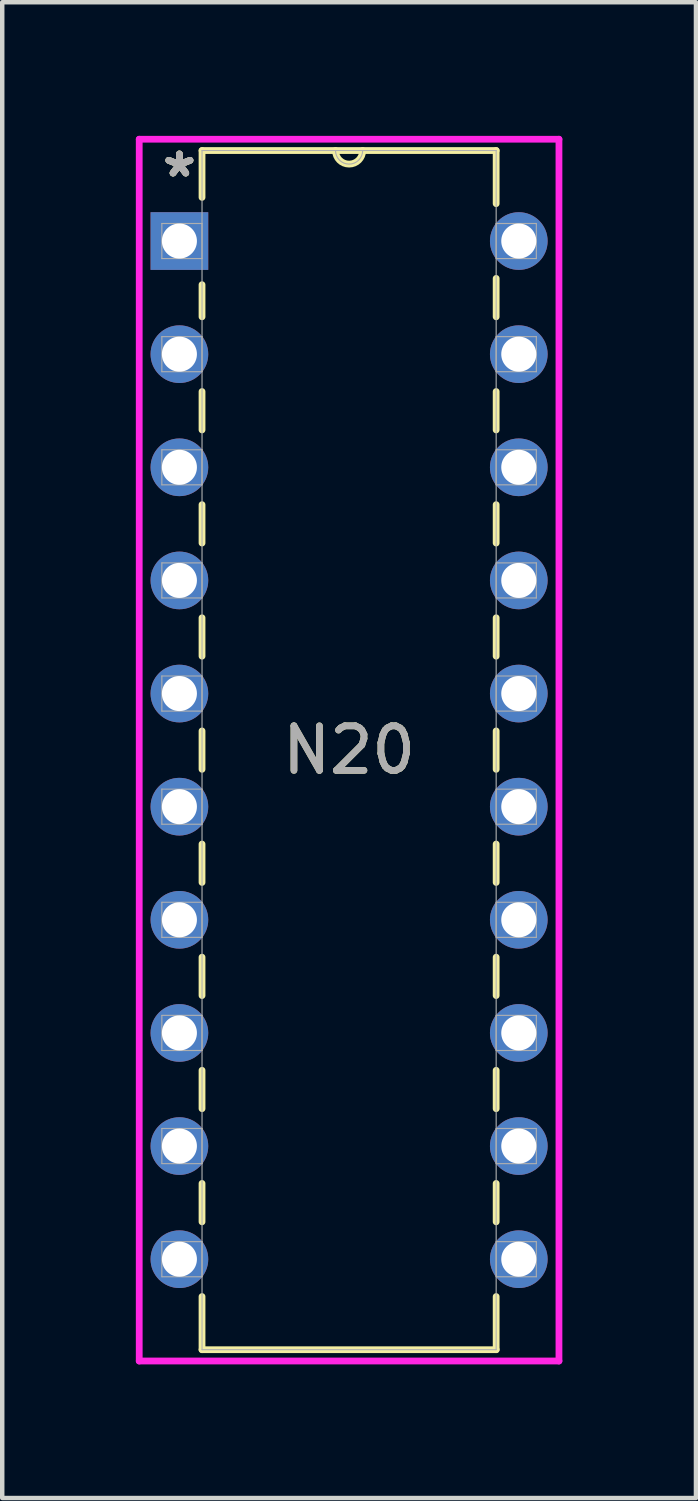
<source format=kicad_pcb>
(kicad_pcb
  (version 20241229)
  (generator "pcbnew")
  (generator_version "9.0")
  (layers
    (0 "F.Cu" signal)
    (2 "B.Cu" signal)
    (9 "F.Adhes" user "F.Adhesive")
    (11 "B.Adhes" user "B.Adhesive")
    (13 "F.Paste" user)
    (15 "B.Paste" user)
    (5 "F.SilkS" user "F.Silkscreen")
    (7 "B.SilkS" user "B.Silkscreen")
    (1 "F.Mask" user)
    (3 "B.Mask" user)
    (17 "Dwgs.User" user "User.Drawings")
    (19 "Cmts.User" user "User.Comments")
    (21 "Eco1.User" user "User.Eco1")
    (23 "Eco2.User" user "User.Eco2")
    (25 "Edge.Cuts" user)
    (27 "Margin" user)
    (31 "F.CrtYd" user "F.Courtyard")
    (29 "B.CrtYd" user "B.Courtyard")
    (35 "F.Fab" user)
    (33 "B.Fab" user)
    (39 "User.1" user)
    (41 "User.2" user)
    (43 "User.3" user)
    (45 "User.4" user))
  (footprint "N20"
    (layer "F.Cu")
    (at 8.598 25.222)
    (property "Reference" "N20" (at -3.81 -11.43 0) (unlocked yes) (layer "F.SilkS") (effects (font (size 1 1) (thickness 0.15))))
    (attr through_hole)
    (fp_line (start -7.112 -24.892) (end -7.112 -23.84) (stroke (width 0.152) (type solid)) (layer "F.SilkS"))
    (fp_line (start -7.112 -21.88) (end -7.112 -21.159) (stroke (width 0.152) (type solid)) (layer "F.SilkS"))
    (fp_line (start -7.112 -19.481) (end -7.112 -18.619) (stroke (width 0.152) (type solid)) (layer "F.SilkS"))
    (fp_line (start -7.112 -16.941) (end -7.112 -16.079) (stroke (width 0.152) (type solid)) (layer "F.SilkS"))
    (fp_line (start -7.112 -14.401) (end -7.112 -13.539) (stroke (width 0.152) (type solid)) (layer "F.SilkS"))
    (fp_line (start -7.112 -11.861) (end -7.112 -10.999) (stroke (width 0.152) (type solid)) (layer "F.SilkS"))
    (fp_line (start -7.112 -9.321) (end -7.112 -8.459) (stroke (width 0.152) (type solid)) (layer "F.SilkS"))
    (fp_line (start -7.112 -6.781) (end -7.112 -5.919) (stroke (width 0.152) (type solid)) (layer "F.SilkS"))
    (fp_line (start -7.112 -4.241) (end -7.112 -3.379) (stroke (width 0.152) (type solid)) (layer "F.SilkS"))
    (fp_line (start -7.112 -1.701) (end -7.112 -0.839) (stroke (width 0.152) (type solid)) (layer "F.SilkS"))
    (fp_line (start -7.112 0.839) (end -7.112 2.032) (stroke (width 0.152) (type solid)) (layer "F.SilkS"))
    (fp_line (start -7.112 2.032) (end -0.508 2.032) (stroke (width 0.152) (type solid)) (layer "F.SilkS"))
    (fp_line (start -0.508 -24.892) (end -7.112 -24.892) (stroke (width 0.152) (type solid)) (layer "F.SilkS"))
    (fp_line (start -0.508 -23.699) (end -0.508 -24.892) (stroke (width 0.152) (type solid)) (layer "F.SilkS"))
    (fp_line (start -0.508 -21.159) (end -0.508 -22.021) (stroke (width 0.152) (type solid)) (layer "F.SilkS"))
    (fp_line (start -0.508 -18.619) (end -0.508 -19.481) (stroke (width 0.152) (type solid)) (layer "F.SilkS"))
    (fp_line (start -0.508 -16.079) (end -0.508 -16.941) (stroke (width 0.152) (type solid)) (layer "F.SilkS"))
    (fp_line (start -0.508 -13.539) (end -0.508 -14.401) (stroke (width 0.152) (type solid)) (layer "F.SilkS"))
    (fp_line (start -0.508 -10.999) (end -0.508 -11.861) (stroke (width 0.152) (type solid)) (layer "F.SilkS"))
    (fp_line (start -0.508 -8.459) (end -0.508 -9.321) (stroke (width 0.152) (type solid)) (layer "F.SilkS"))
    (fp_line (start -0.508 -5.919) (end -0.508 -6.781) (stroke (width 0.152) (type solid)) (layer "F.SilkS"))
    (fp_line (start -0.508 -3.379) (end -0.508 -4.241) (stroke (width 0.152) (type solid)) (layer "F.SilkS"))
    (fp_line (start -0.508 -0.839) (end -0.508 -1.701) (stroke (width 0.152) (type solid)) (layer "F.SilkS"))
    (fp_line (start -0.508 2.032) (end -0.508 0.839) (stroke (width 0.152) (type solid)) (layer "F.SilkS"))
    (fp_arc (start -3.5052 -24.892) (mid -3.81 -24.5872) (end -4.1148 -24.892) (stroke (width 0.1524) (type solid)) (layer "F.SilkS"))
    (fp_line (start -8.522 -25.146) (end -8.522 2.286) (stroke (width 0.152) (type solid)) (layer "F.CrtYd"))
    (fp_line (start -8.522 2.286) (end 0.902 2.286) (stroke (width 0.152) (type solid)) (layer "F.CrtYd"))
    (fp_line (start 0.902 -25.146) (end -8.522 -25.146) (stroke (width 0.152) (type solid)) (layer "F.CrtYd"))
    (fp_line (start 0.902 2.286) (end 0.902 -25.146) (stroke (width 0.152) (type solid)) (layer "F.CrtYd"))
    (fp_line (start -8.014 -23.254) (end -8.014 -22.466) (stroke (width 0.025) (type solid)) (layer "F.Fab"))
    (fp_line (start -8.014 -22.466) (end -7.112 -22.466) (stroke (width 0.025) (type solid)) (layer "F.Fab"))
    (fp_line (start -8.014 -20.714) (end -8.014 -19.926) (stroke (width 0.025) (type solid)) (layer "F.Fab"))
    (fp_line (start -8.014 -19.926) (end -7.112 -19.926) (stroke (width 0.025) (type solid)) (layer "F.Fab"))
    (fp_line (start -8.014 -18.174) (end -8.014 -17.386) (stroke (width 0.025) (type solid)) (layer "F.Fab"))
    (fp_line (start -8.014 -17.386) (end -7.112 -17.386) (stroke (width 0.025) (type solid)) (layer "F.Fab"))
    (fp_line (start -8.014 -15.634) (end -8.014 -14.846) (stroke (width 0.025) (type solid)) (layer "F.Fab"))
    (fp_line (start -8.014 -14.846) (end -7.112 -14.846) (stroke (width 0.025) (type solid)) (layer "F.Fab"))
    (fp_line (start -8.014 -13.094) (end -8.014 -12.306) (stroke (width 0.025) (type solid)) (layer "F.Fab"))
    (fp_line (start -8.014 -12.306) (end -7.112 -12.306) (stroke (width 0.025) (type solid)) (layer "F.Fab"))
    (fp_line (start -8.014 -10.554) (end -8.014 -9.766) (stroke (width 0.025) (type solid)) (layer "F.Fab"))
    (fp_line (start -8.014 -9.766) (end -7.112 -9.766) (stroke (width 0.025) (type solid)) (layer "F.Fab"))
    (fp_line (start -8.014 -8.014) (end -8.014 -7.226) (stroke (width 0.025) (type solid)) (layer "F.Fab"))
    (fp_line (start -8.014 -7.226) (end -7.112 -7.226) (stroke (width 0.025) (type solid)) (layer "F.Fab"))
    (fp_line (start -8.014 -5.474) (end -8.014 -4.686) (stroke (width 0.025) (type solid)) (layer "F.Fab"))
    (fp_line (start -8.014 -4.686) (end -7.112 -4.686) (stroke (width 0.025) (type solid)) (layer "F.Fab"))
    (fp_line (start -8.014 -2.934) (end -8.014 -2.146) (stroke (width 0.025) (type solid)) (layer "F.Fab"))
    (fp_line (start -8.014 -2.146) (end -7.112 -2.146) (stroke (width 0.025) (type solid)) (layer "F.Fab"))
    (fp_line (start -8.014 -0.394) (end -8.014 0.394) (stroke (width 0.025) (type solid)) (layer "F.Fab"))
    (fp_line (start -8.014 0.394) (end -7.112 0.394) (stroke (width 0.025) (type solid)) (layer "F.Fab"))
    (fp_line (start -7.112 -24.892) (end -7.112 2.032) (stroke (width 0.025) (type solid)) (layer "F.Fab"))
    (fp_line (start -7.112 -23.254) (end -8.014 -23.254) (stroke (width 0.025) (type solid)) (layer "F.Fab"))
    (fp_line (start -7.112 -22.466) (end -7.112 -23.254) (stroke (width 0.025) (type solid)) (layer "F.Fab"))
    (fp_line (start -7.112 -20.714) (end -8.014 -20.714) (stroke (width 0.025) (type solid)) (layer "F.Fab"))
    (fp_line (start -7.112 -19.926) (end -7.112 -20.714) (stroke (width 0.025) (type solid)) (layer "F.Fab"))
    (fp_line (start -7.112 -18.174) (end -8.014 -18.174) (stroke (width 0.025) (type solid)) (layer "F.Fab"))
    (fp_line (start -7.112 -17.386) (end -7.112 -18.174) (stroke (width 0.025) (type solid)) (layer "F.Fab"))
    (fp_line (start -7.112 -15.634) (end -8.014 -15.634) (stroke (width 0.025) (type solid)) (layer "F.Fab"))
    (fp_line (start -7.112 -14.846) (end -7.112 -15.634) (stroke (width 0.025) (type solid)) (layer "F.Fab"))
    (fp_line (start -7.112 -13.094) (end -8.014 -13.094) (stroke (width 0.025) (type solid)) (layer "F.Fab"))
    (fp_line (start -7.112 -12.306) (end -7.112 -13.094) (stroke (width 0.025) (type solid)) (layer "F.Fab"))
    (fp_line (start -7.112 -10.554) (end -8.014 -10.554) (stroke (width 0.025) (type solid)) (layer "F.Fab"))
    (fp_line (start -7.112 -9.766) (end -7.112 -10.554) (stroke (width 0.025) (type solid)) (layer "F.Fab"))
    (fp_line (start -7.112 -8.014) (end -8.014 -8.014) (stroke (width 0.025) (type solid)) (layer "F.Fab"))
    (fp_line (start -7.112 -7.226) (end -7.112 -8.014) (stroke (width 0.025) (type solid)) (layer "F.Fab"))
    (fp_line (start -7.112 -5.474) (end -8.014 -5.474) (stroke (width 0.025) (type solid)) (layer "F.Fab"))
    (fp_line (start -7.112 -4.686) (end -7.112 -5.474) (stroke (width 0.025) (type solid)) (layer "F.Fab"))
    (fp_line (start -7.112 -2.934) (end -8.014 -2.934) (stroke (width 0.025) (type solid)) (layer "F.Fab"))
    (fp_line (start -7.112 -2.146) (end -7.112 -2.934) (stroke (width 0.025) (type solid)) (layer "F.Fab"))
    (fp_line (start -7.112 -0.394) (end -8.014 -0.394) (stroke (width 0.025) (type solid)) (layer "F.Fab"))
    (fp_line (start -7.112 0.394) (end -7.112 -0.394) (stroke (width 0.025) (type solid)) (layer "F.Fab"))
    (fp_line (start -7.112 2.032) (end -0.508 2.032) (stroke (width 0.025) (type solid)) (layer "F.Fab"))
    (fp_line (start -0.508 -24.892) (end -7.112 -24.892) (stroke (width 0.025) (type solid)) (layer "F.Fab"))
    (fp_line (start -0.508 -23.254) (end -0.508 -22.466) (stroke (width 0.025) (type solid)) (layer "F.Fab"))
    (fp_line (start -0.508 -22.466) (end 0.394 -22.466) (stroke (width 0.025) (type solid)) (layer "F.Fab"))
    (fp_line (start -0.508 -20.714) (end -0.508 -19.926) (stroke (width 0.025) (type solid)) (layer "F.Fab"))
    (fp_line (start -0.508 -19.926) (end 0.394 -19.926) (stroke (width 0.025) (type solid)) (layer "F.Fab"))
    (fp_line (start -0.508 -18.174) (end -0.508 -17.386) (stroke (width 0.025) (type solid)) (layer "F.Fab"))
    (fp_line (start -0.508 -17.386) (end 0.394 -17.386) (stroke (width 0.025) (type solid)) (layer "F.Fab"))
    (fp_line (start -0.508 -15.634) (end -0.508 -14.846) (stroke (width 0.025) (type solid)) (layer "F.Fab"))
    (fp_line (start -0.508 -14.846) (end 0.394 -14.846) (stroke (width 0.025) (type solid)) (layer "F.Fab"))
    (fp_line (start -0.508 -13.094) (end -0.508 -12.306) (stroke (width 0.025) (type solid)) (layer "F.Fab"))
    (fp_line (start -0.508 -12.306) (end 0.394 -12.306) (stroke (width 0.025) (type solid)) (layer "F.Fab"))
    (fp_line (start -0.508 -10.554) (end -0.508 -9.766) (stroke (width 0.025) (type solid)) (layer "F.Fab"))
    (fp_line (start -0.508 -9.766) (end 0.394 -9.766) (stroke (width 0.025) (type solid)) (layer "F.Fab"))
    (fp_line (start -0.508 -8.014) (end -0.508 -7.226) (stroke (width 0.025) (type solid)) (layer "F.Fab"))
    (fp_line (start -0.508 -7.226) (end 0.394 -7.226) (stroke (width 0.025) (type solid)) (layer "F.Fab"))
    (fp_line (start -0.508 -5.474) (end -0.508 -4.686) (stroke (width 0.025) (type solid)) (layer "F.Fab"))
    (fp_line (start -0.508 -4.686) (end 0.394 -4.686) (stroke (width 0.025) (type solid)) (layer "F.Fab"))
    (fp_line (start -0.508 -2.934) (end -0.508 -2.146) (stroke (width 0.025) (type solid)) (layer "F.Fab"))
    (fp_line (start -0.508 -2.146) (end 0.394 -2.146) (stroke (width 0.025) (type solid)) (layer "F.Fab"))
    (fp_line (start -0.508 -0.394) (end -0.508 0.394) (stroke (width 0.025) (type solid)) (layer "F.Fab"))
    (fp_line (start -0.508 0.394) (end 0.394 0.394) (stroke (width 0.025) (type solid)) (layer "F.Fab"))
    (fp_line (start -0.508 2.032) (end -0.508 -24.892) (stroke (width 0.025) (type solid)) (layer "F.Fab"))
    (fp_line (start 0.394 -23.254) (end -0.508 -23.254) (stroke (width 0.025) (type solid)) (layer "F.Fab"))
    (fp_line (start 0.394 -22.466) (end 0.394 -23.254) (stroke (width 0.025) (type solid)) (layer "F.Fab"))
    (fp_line (start 0.394 -20.714) (end -0.508 -20.714) (stroke (width 0.025) (type solid)) (layer "F.Fab"))
    (fp_line (start 0.394 -19.926) (end 0.394 -20.714) (stroke (width 0.025) (type solid)) (layer "F.Fab"))
    (fp_line (start 0.394 -18.174) (end -0.508 -18.174) (stroke (width 0.025) (type solid)) (layer "F.Fab"))
    (fp_line (start 0.394 -17.386) (end 0.394 -18.174) (stroke (width 0.025) (type solid)) (layer "F.Fab"))
    (fp_line (start 0.394 -15.634) (end -0.508 -15.634) (stroke (width 0.025) (type solid)) (layer "F.Fab"))
    (fp_line (start 0.394 -14.846) (end 0.394 -15.634) (stroke (width 0.025) (type solid)) (layer "F.Fab"))
    (fp_line (start 0.394 -13.094) (end -0.508 -13.094) (stroke (width 0.025) (type solid)) (layer "F.Fab"))
    (fp_line (start 0.394 -12.306) (end 0.394 -13.094) (stroke (width 0.025) (type solid)) (layer "F.Fab"))
    (fp_line (start 0.394 -10.554) (end -0.508 -10.554) (stroke (width 0.025) (type solid)) (layer "F.Fab"))
    (fp_line (start 0.394 -9.766) (end 0.394 -10.554) (stroke (width 0.025) (type solid)) (layer "F.Fab"))
    (fp_line (start 0.394 -8.014) (end -0.508 -8.014) (stroke (width 0.025) (type solid)) (layer "F.Fab"))
    (fp_line (start 0.394 -7.226) (end 0.394 -8.014) (stroke (width 0.025) (type solid)) (layer "F.Fab"))
    (fp_line (start 0.394 -5.474) (end -0.508 -5.474) (stroke (width 0.025) (type solid)) (layer "F.Fab"))
    (fp_line (start 0.394 -4.686) (end 0.394 -5.474) (stroke (width 0.025) (type solid)) (layer "F.Fab"))
    (fp_line (start 0.394 -2.934) (end -0.508 -2.934) (stroke (width 0.025) (type solid)) (layer "F.Fab"))
    (fp_line (start 0.394 -2.146) (end 0.394 -2.934) (stroke (width 0.025) (type solid)) (layer "F.Fab"))
    (fp_line (start 0.394 -0.394) (end -0.508 -0.394) (stroke (width 0.025) (type solid)) (layer "F.Fab"))
    (fp_line (start 0.394 0.394) (end 0.394 -0.394) (stroke (width 0.025) (type solid)) (layer "F.Fab"))
    (fp_arc (start -3.5052 -24.892) (mid -3.81 -24.5872) (end -4.1148 -24.892) (stroke (width 0.0254) (type solid)) (layer "F.Fab"))
    (fp_text user "*" (at -7.62 -24.27 0) (layer "F.SilkS") (effects (font (size 1 1) (thickness 0.15))))
    (fp_text user "*" (at -7.62 -24.27 0) (unlocked yes) (layer "F.SilkS") (effects (font (size 1 1) (thickness 0.15))))
    (fp_text user "*" (at -7.62 -24.27 0) (layer "F.Fab") (effects (font (size 1 1) (thickness 0.15))))
    (fp_text user "*" (at -7.62 -24.27 0) (unlocked yes) (layer "F.Fab") (effects (font (size 1 1) (thickness 0.15))))
    (fp_text user "${REFERENCE}" (at -3.81 -11.43 0) (unlocked yes) (layer "F.Fab") (effects (font (size 1 1) (thickness 0.15))))
    (pad "1" thru_hole rect (at -7.62 -22.86) (size 1.295 1.295) (drill 0.787) (layers "*.Cu" "*.Mask"))
    (pad "2" thru_hole circle (at -7.62 -20.32) (size 1.295 1.295) (drill 0.787) (layers "*.Cu" "*.Mask"))
    (pad "3" thru_hole circle (at -7.62 -17.78) (size 1.295 1.295) (drill 0.787) (layers "*.Cu" "*.Mask"))
    (pad "4" thru_hole circle (at -7.62 -15.24) (size 1.295 1.295) (drill 0.787) (layers "*.Cu" "*.Mask"))
    (pad "5" thru_hole circle (at -7.62 -12.7) (size 1.295 1.295) (drill 0.787) (layers "*.Cu" "*.Mask"))
    (pad "6" thru_hole circle (at -7.62 -10.16) (size 1.295 1.295) (drill 0.787) (layers "*.Cu" "*.Mask"))
    (pad "7" thru_hole circle (at -7.62 -7.62) (size 1.295 1.295) (drill 0.787) (layers "*.Cu" "*.Mask"))
    (pad "8" thru_hole circle (at -7.62 -5.08) (size 1.295 1.295) (drill 0.787) (layers "*.Cu" "*.Mask"))
    (pad "9" thru_hole circle (at -7.62 -2.54) (size 1.295 1.295) (drill 0.787) (layers "*.Cu" "*.Mask"))
    (pad "10" thru_hole circle (at -7.62 0) (size 1.295 1.295) (drill 0.787) (layers "*.Cu" "*.Mask"))
    (pad "11" thru_hole circle (at 0 0) (size 1.295 1.295) (drill 0.787) (layers "*.Cu" "*.Mask"))
    (pad "12" thru_hole circle (at 0 -2.54) (size 1.295 1.295) (drill 0.787) (layers "*.Cu" "*.Mask"))
    (pad "13" thru_hole circle (at 0 -5.08) (size 1.295 1.295) (drill 0.787) (layers "*.Cu" "*.Mask"))
    (pad "14" thru_hole circle (at 0 -7.62) (size 1.295 1.295) (drill 0.787) (layers "*.Cu" "*.Mask"))
    (pad "15" thru_hole circle (at 0 -10.16) (size 1.295 1.295) (drill 0.787) (layers "*.Cu" "*.Mask"))
    (pad "16" thru_hole circle (at 0 -12.7) (size 1.295 1.295) (drill 0.787) (layers "*.Cu" "*.Mask"))
    (pad "17" thru_hole circle (at 0 -15.24) (size 1.295 1.295) (drill 0.787) (layers "*.Cu" "*.Mask"))
    (pad "18" thru_hole circle (at 0 -17.78) (size 1.295 1.295) (drill 0.787) (layers "*.Cu" "*.Mask"))
    (pad "19" thru_hole circle (at 0 -20.32) (size 1.295 1.295) (drill 0.787) (layers "*.Cu" "*.Mask"))
    (pad "20" thru_hole circle (at 0 -22.86) (size 1.295 1.295) (drill 0.787) (layers "*.Cu" "*.Mask")))
  (gr_rect
    (start -3 -3)
    (end 12.576 30.584)
    (stroke (width 0.1) (type default))
    (fill no)
    (layer "Edge.Cuts")))
</source>
